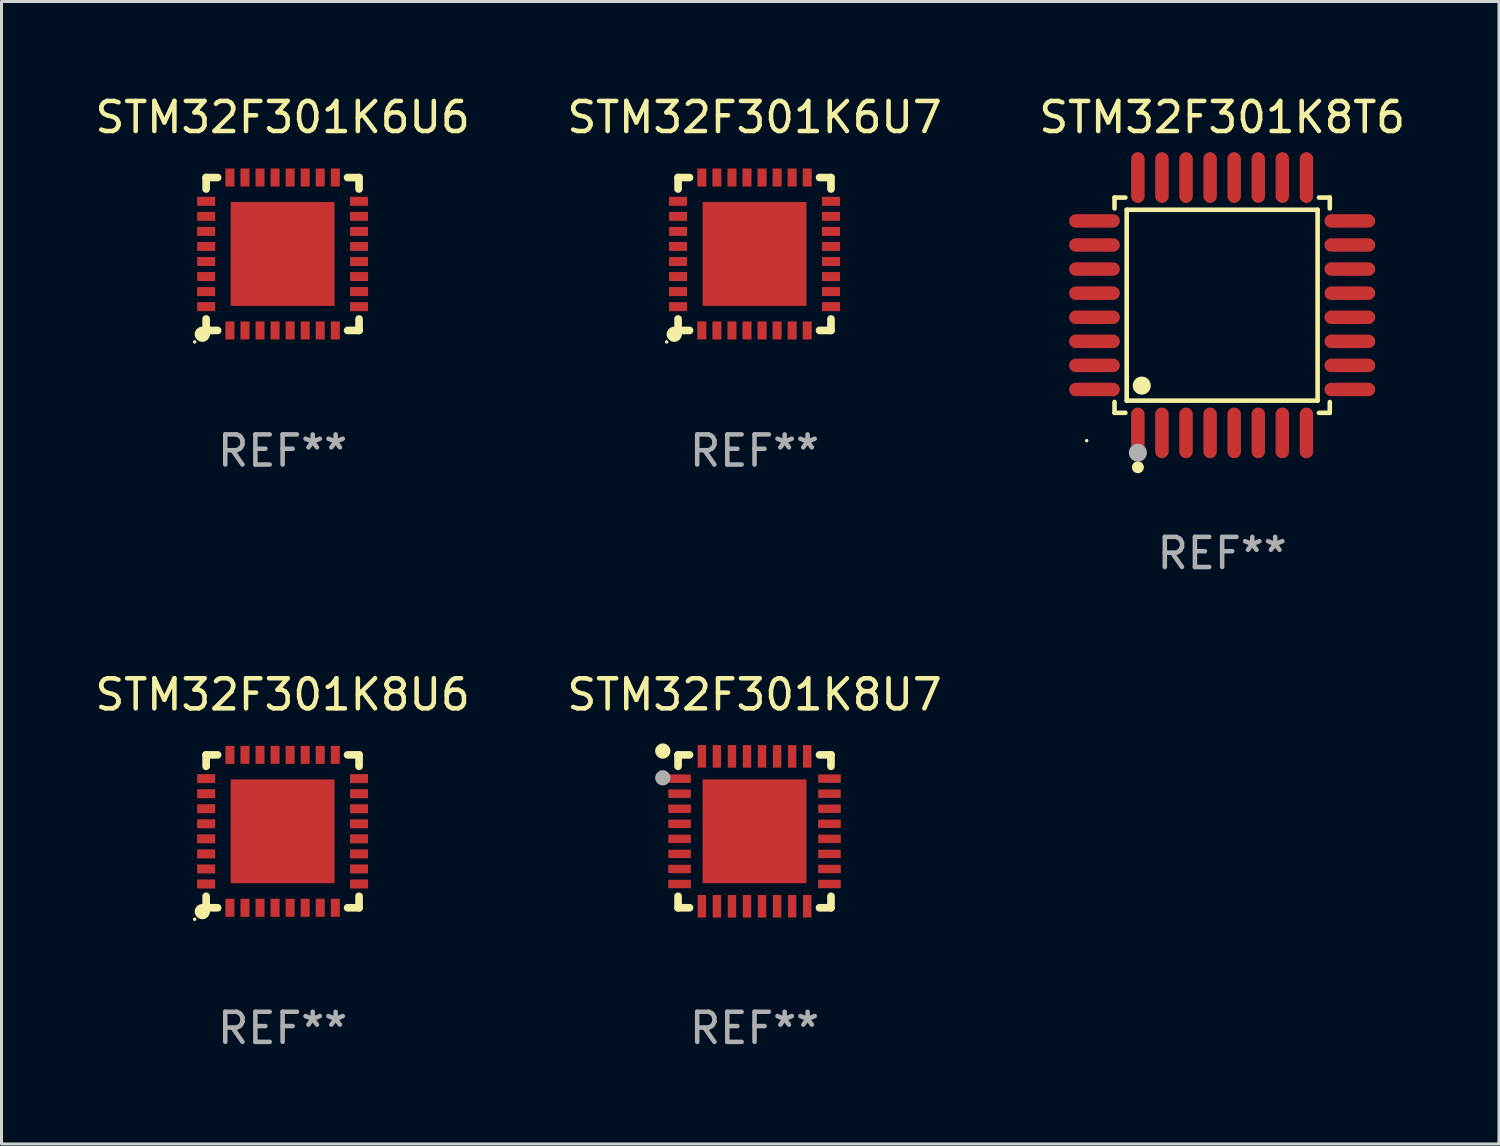
<source format=kicad_pcb>
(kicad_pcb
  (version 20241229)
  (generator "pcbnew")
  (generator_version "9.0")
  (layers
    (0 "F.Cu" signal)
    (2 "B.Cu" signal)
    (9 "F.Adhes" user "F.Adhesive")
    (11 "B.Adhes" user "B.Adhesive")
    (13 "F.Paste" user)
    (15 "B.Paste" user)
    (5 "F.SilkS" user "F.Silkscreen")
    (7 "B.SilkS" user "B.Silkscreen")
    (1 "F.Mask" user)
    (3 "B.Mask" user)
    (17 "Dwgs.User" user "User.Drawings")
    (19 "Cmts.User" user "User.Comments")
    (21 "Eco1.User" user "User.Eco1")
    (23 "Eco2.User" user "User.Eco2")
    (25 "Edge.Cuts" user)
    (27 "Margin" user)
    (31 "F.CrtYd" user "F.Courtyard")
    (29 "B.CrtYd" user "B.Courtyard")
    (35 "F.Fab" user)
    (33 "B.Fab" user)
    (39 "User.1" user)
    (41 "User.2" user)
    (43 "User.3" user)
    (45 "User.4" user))
  (footprint "STM32F301K6U7"
    (layer "F.Cu")
    (at 22.018 5.388)
    (property "Reference" "STM32F301K6U7" (at 0 -4.54 0) (layer "F.SilkS") (effects (font (size 1 1) (thickness 0.15))))
    (attr through_hole)
    (fp_line (start -2.54 -2.54) (end -2.159 -2.54) (stroke (width 0.254) (type solid)) (layer "F.SilkS"))
    (fp_line (start -2.54 -2.159) (end -2.54 -2.54) (stroke (width 0.254) (type solid)) (layer "F.SilkS"))
    (fp_line (start -2.54 2.54) (end -2.54 2.159) (stroke (width 0.254) (type solid)) (layer "F.SilkS"))
    (fp_line (start -2.159 2.54) (end -2.54 2.54) (stroke (width 0.254) (type solid)) (layer "F.SilkS"))
    (fp_line (start 2.159 -2.54) (end 2.54 -2.54) (stroke (width 0.254) (type solid)) (layer "F.SilkS"))
    (fp_line (start 2.54 -2.54) (end 2.54 -2.159) (stroke (width 0.254) (type solid)) (layer "F.SilkS"))
    (fp_line (start 2.54 2.159) (end 2.54 2.54) (stroke (width 0.254) (type solid)) (layer "F.SilkS"))
    (fp_line (start 2.54 2.54) (end 2.159 2.54) (stroke (width 0.254) (type solid)) (layer "F.SilkS"))
    (fp_circle (center -2.921 2.921) (end -2.891 2.921) (stroke (width 0.06) (type solid)) (fill no) (layer "F.SilkS"))
    (fp_circle (center -2.667 2.667) (end -2.54 2.667) (stroke (width 0.254) (type solid)) (fill no) (layer "F.SilkS"))
    (fp_text user "REF**" (at 0 6.54 0) (layer "F.Fab") (effects (font (size 1 1) (thickness 0.15))))
    (pad "1" smd rect (at -1.75 2.54 90) (size 0.6 0.3) (layers "F.Cu" "F.Mask" "F.Paste"))
    (pad "2" smd rect (at -1.25 2.54 90) (size 0.6 0.3) (layers "F.Cu" "F.Mask" "F.Paste"))
    (pad "3" smd rect (at -0.75 2.54 90) (size 0.6 0.3) (layers "F.Cu" "F.Mask" "F.Paste"))
    (pad "4" smd rect (at -0.25 2.54 90) (size 0.6 0.3) (layers "F.Cu" "F.Mask" "F.Paste"))
    (pad "5" smd rect (at 0.25 2.54 90) (size 0.6 0.3) (layers "F.Cu" "F.Mask" "F.Paste"))
    (pad "6" smd rect (at 0.75 2.54 90) (size 0.6 0.3) (layers "F.Cu" "F.Mask" "F.Paste"))
    (pad "7" smd rect (at 1.25 2.54 90) (size 0.6 0.3) (layers "F.Cu" "F.Mask" "F.Paste"))
    (pad "8" smd rect (at 1.75 2.54 90) (size 0.6 0.3) (layers "F.Cu" "F.Mask" "F.Paste"))
    (pad "9" smd rect (at 2.54 1.75 180) (size 0.6 0.3) (layers "F.Cu" "F.Mask" "F.Paste"))
    (pad "10" smd rect (at 2.54 1.25 180) (size 0.6 0.3) (layers "F.Cu" "F.Mask" "F.Paste"))
    (pad "11" smd rect (at 2.54 0.75 180) (size 0.6 0.3) (layers "F.Cu" "F.Mask" "F.Paste"))
    (pad "12" smd rect (at 2.54 0.25 180) (size 0.6 0.3) (layers "F.Cu" "F.Mask" "F.Paste"))
    (pad "13" smd rect (at 2.54 -0.25 180) (size 0.6 0.3) (layers "F.Cu" "F.Mask" "F.Paste"))
    (pad "14" smd rect (at 2.54 -0.75 180) (size 0.6 0.3) (layers "F.Cu" "F.Mask" "F.Paste"))
    (pad "15" smd rect (at 2.54 -1.25 180) (size 0.6 0.3) (layers "F.Cu" "F.Mask" "F.Paste"))
    (pad "16" smd rect (at 2.54 -1.75 180) (size 0.6 0.3) (layers "F.Cu" "F.Mask" "F.Paste"))
    (pad "17" smd rect (at 1.75 -2.54 270) (size 0.6 0.3) (layers "F.Cu" "F.Mask" "F.Paste"))
    (pad "18" smd rect (at 1.25 -2.54 270) (size 0.6 0.3) (layers "F.Cu" "F.Mask" "F.Paste"))
    (pad "19" smd rect (at 0.75 -2.54 270) (size 0.6 0.3) (layers "F.Cu" "F.Mask" "F.Paste"))
    (pad "20" smd rect (at 0.25 -2.54 270) (size 0.6 0.3) (layers "F.Cu" "F.Mask" "F.Paste"))
    (pad "21" smd rect (at -0.25 -2.54 270) (size 0.6 0.3) (layers "F.Cu" "F.Mask" "F.Paste"))
    (pad "22" smd rect (at -0.75 -2.54 270) (size 0.6 0.3) (layers "F.Cu" "F.Mask" "F.Paste"))
    (pad "23" smd rect (at -1.25 -2.54 270) (size 0.6 0.3) (layers "F.Cu" "F.Mask" "F.Paste"))
    (pad "24" smd rect (at -1.75 -2.54 270) (size 0.6 0.3) (layers "F.Cu" "F.Mask" "F.Paste"))
    (pad "25" smd rect (at -2.54 -1.75) (size 0.6 0.3) (layers "F.Cu" "F.Mask" "F.Paste"))
    (pad "26" smd rect (at -2.54 -1.25) (size 0.6 0.3) (layers "F.Cu" "F.Mask" "F.Paste"))
    (pad "27" smd rect (at -2.54 -0.75) (size 0.6 0.3) (layers "F.Cu" "F.Mask" "F.Paste"))
    (pad "28" smd rect (at -2.54 -0.25) (size 0.6 0.3) (layers "F.Cu" "F.Mask" "F.Paste"))
    (pad "29" smd rect (at -2.54 0.25) (size 0.6 0.3) (layers "F.Cu" "F.Mask" "F.Paste"))
    (pad "30" smd rect (at -2.54 0.75) (size 0.6 0.3) (layers "F.Cu" "F.Mask" "F.Paste"))
    (pad "31" smd rect (at -2.54 1.25) (size 0.6 0.3) (layers "F.Cu" "F.Mask" "F.Paste"))
    (pad "32" smd rect (at -2.54 1.75) (size 0.6 0.3) (layers "F.Cu" "F.Mask" "F.Paste"))
    (pad "33" smd rect (at 0 0) (size 3.45 3.45) (layers "F.Cu" "F.Mask" "F.Paste")))
  (footprint "STM32F301K8U7"
    (layer "F.Cu")
    (at 22.018 24.569)
    (property "Reference" "STM32F301K8U7" (at 0 -4.54 0) (layer "F.SilkS") (effects (font (size 1 1) (thickness 0.15))))
    (attr through_hole)
    (fp_line (start -2.54 -2.54) (end -2.159 -2.54) (stroke (width 0.254) (type solid)) (layer "F.SilkS"))
    (fp_line (start -2.54 -2.159) (end -2.54 -2.54) (stroke (width 0.254) (type solid)) (layer "F.SilkS"))
    (fp_line (start -2.54 2.54) (end -2.54 2.159) (stroke (width 0.254) (type solid)) (layer "F.SilkS"))
    (fp_line (start -2.159 2.54) (end -2.54 2.54) (stroke (width 0.254) (type solid)) (layer "F.SilkS"))
    (fp_line (start 2.159 -2.54) (end 2.54 -2.54) (stroke (width 0.254) (type solid)) (layer "F.SilkS"))
    (fp_line (start 2.54 -2.54) (end 2.54 -2.159) (stroke (width 0.254) (type solid)) (layer "F.SilkS"))
    (fp_line (start 2.54 2.159) (end 2.54 2.54) (stroke (width 0.254) (type solid)) (layer "F.SilkS"))
    (fp_line (start 2.54 2.54) (end 2.159 2.54) (stroke (width 0.254) (type solid)) (layer "F.SilkS"))
    (fp_circle (center -3.048 -2.667) (end -2.921 -2.667) (stroke (width 0.254) (type solid)) (fill no) (layer "F.SilkS"))
    (fp_circle (center -2.5 -2.5) (end -2.47 -2.5) (stroke (width 0.06) (type solid)) (fill no) (layer "F.SilkS"))
    (fp_circle (center -3.048 -1.778) (end -2.921 -1.778) (stroke (width 0.254) (type solid)) (fill no) (layer "F.Fab"))
    (fp_text user "REF**" (at 0 6.54 0) (layer "F.Fab") (effects (font (size 1 1) (thickness 0.15))))
    (pad "1" smd rect (at -2.49 -1.75) (size 0.75 0.28) (layers "F.Cu" "F.Mask" "F.Paste"))
    (pad "2" smd rect (at -2.49 -1.25) (size 0.75 0.28) (layers "F.Cu" "F.Mask" "F.Paste"))
    (pad "3" smd rect (at -2.49 -0.75) (size 0.75 0.28) (layers "F.Cu" "F.Mask" "F.Paste"))
    (pad "4" smd rect (at -2.49 -0.25) (size 0.75 0.28) (layers "F.Cu" "F.Mask" "F.Paste"))
    (pad "5" smd rect (at -2.49 0.25) (size 0.75 0.28) (layers "F.Cu" "F.Mask" "F.Paste"))
    (pad "6" smd rect (at -2.49 0.75) (size 0.75 0.28) (layers "F.Cu" "F.Mask" "F.Paste"))
    (pad "7" smd rect (at -2.49 1.25) (size 0.75 0.28) (layers "F.Cu" "F.Mask" "F.Paste"))
    (pad "8" smd rect (at -2.49 1.75) (size 0.75 0.28) (layers "F.Cu" "F.Mask" "F.Paste"))
    (pad "9" smd rect (at -1.75 2.49) (size 0.28 0.75) (layers "F.Cu" "F.Mask" "F.Paste"))
    (pad "10" smd rect (at -1.25 2.49) (size 0.28 0.75) (layers "F.Cu" "F.Mask" "F.Paste"))
    (pad "11" smd rect (at -0.75 2.49) (size 0.28 0.75) (layers "F.Cu" "F.Mask" "F.Paste"))
    (pad "12" smd rect (at -0.25 2.49) (size 0.28 0.75) (layers "F.Cu" "F.Mask" "F.Paste"))
    (pad "13" smd rect (at 0.25 2.49) (size 0.28 0.75) (layers "F.Cu" "F.Mask" "F.Paste"))
    (pad "14" smd rect (at 0.75 2.49) (size 0.28 0.75) (layers "F.Cu" "F.Mask" "F.Paste"))
    (pad "15" smd rect (at 1.25 2.49) (size 0.28 0.75) (layers "F.Cu" "F.Mask" "F.Paste"))
    (pad "16" smd rect (at 1.75 2.49) (size 0.28 0.75) (layers "F.Cu" "F.Mask" "F.Paste"))
    (pad "17" smd rect (at 2.49 1.75) (size 0.75 0.28) (layers "F.Cu" "F.Mask" "F.Paste"))
    (pad "18" smd rect (at 2.49 1.25) (size 0.75 0.28) (layers "F.Cu" "F.Mask" "F.Paste"))
    (pad "19" smd rect (at 2.49 0.75) (size 0.75 0.28) (layers "F.Cu" "F.Mask" "F.Paste"))
    (pad "20" smd rect (at 2.49 0.25) (size 0.75 0.28) (layers "F.Cu" "F.Mask" "F.Paste"))
    (pad "21" smd rect (at 2.49 -0.25) (size 0.75 0.28) (layers "F.Cu" "F.Mask" "F.Paste"))
    (pad "22" smd rect (at 2.49 -0.75) (size 0.75 0.28) (layers "F.Cu" "F.Mask" "F.Paste"))
    (pad "23" smd rect (at 2.49 -1.25) (size 0.75 0.28) (layers "F.Cu" "F.Mask" "F.Paste"))
    (pad "24" smd rect (at 2.49 -1.75) (size 0.75 0.28) (layers "F.Cu" "F.Mask" "F.Paste"))
    (pad "25" smd rect (at 1.75 -2.49) (size 0.28 0.75) (layers "F.Cu" "F.Mask" "F.Paste"))
    (pad "26" smd rect (at 1.25 -2.49) (size 0.28 0.75) (layers "F.Cu" "F.Mask" "F.Paste"))
    (pad "27" smd rect (at 0.75 -2.49) (size 0.28 0.75) (layers "F.Cu" "F.Mask" "F.Paste"))
    (pad "28" smd rect (at 0.25 -2.49) (size 0.28 0.75) (layers "F.Cu" "F.Mask" "F.Paste"))
    (pad "29" smd rect (at -0.25 -2.49) (size 0.28 0.75) (layers "F.Cu" "F.Mask" "F.Paste"))
    (pad "30" smd rect (at -0.75 -2.49) (size 0.28 0.75) (layers "F.Cu" "F.Mask" "F.Paste"))
    (pad "31" smd rect (at -1.25 -2.49) (size 0.28 0.75) (layers "F.Cu" "F.Mask" "F.Paste"))
    (pad "32" smd rect (at -1.75 -2.49) (size 0.28 0.75) (layers "F.Cu" "F.Mask" "F.Paste"))
    (pad "33" smd rect (at 0 0) (size 3.45 3.45) (layers "F.Cu" "F.Mask" "F.Paste")))
  (footprint "STM32F301K8U6"
    (layer "F.Cu")
    (at 6.339 24.569)
    (property "Reference" "STM32F301K8U6" (at 0 -4.54 0) (layer "F.SilkS") (effects (font (size 1 1) (thickness 0.15))))
    (attr through_hole)
    (fp_line (start -2.54 -2.54) (end -2.159 -2.54) (stroke (width 0.254) (type solid)) (layer "F.SilkS"))
    (fp_line (start -2.54 -2.159) (end -2.54 -2.54) (stroke (width 0.254) (type solid)) (layer "F.SilkS"))
    (fp_line (start -2.54 2.54) (end -2.54 2.159) (stroke (width 0.254) (type solid)) (layer "F.SilkS"))
    (fp_line (start -2.159 2.54) (end -2.54 2.54) (stroke (width 0.254) (type solid)) (layer "F.SilkS"))
    (fp_line (start 2.159 -2.54) (end 2.54 -2.54) (stroke (width 0.254) (type solid)) (layer "F.SilkS"))
    (fp_line (start 2.54 -2.54) (end 2.54 -2.159) (stroke (width 0.254) (type solid)) (layer "F.SilkS"))
    (fp_line (start 2.54 2.159) (end 2.54 2.54) (stroke (width 0.254) (type solid)) (layer "F.SilkS"))
    (fp_line (start 2.54 2.54) (end 2.159 2.54) (stroke (width 0.254) (type solid)) (layer "F.SilkS"))
    (fp_circle (center -2.921 2.921) (end -2.891 2.921) (stroke (width 0.06) (type solid)) (fill no) (layer "F.SilkS"))
    (fp_circle (center -2.667 2.667) (end -2.54 2.667) (stroke (width 0.254) (type solid)) (fill no) (layer "F.SilkS"))
    (fp_text user "REF**" (at 0 6.54 0) (layer "F.Fab") (effects (font (size 1 1) (thickness 0.15))))
    (pad "1" smd rect (at -1.75 2.54 90) (size 0.6 0.3) (layers "F.Cu" "F.Mask" "F.Paste"))
    (pad "2" smd rect (at -1.25 2.54 90) (size 0.6 0.3) (layers "F.Cu" "F.Mask" "F.Paste"))
    (pad "3" smd rect (at -0.75 2.54 90) (size 0.6 0.3) (layers "F.Cu" "F.Mask" "F.Paste"))
    (pad "4" smd rect (at -0.25 2.54 90) (size 0.6 0.3) (layers "F.Cu" "F.Mask" "F.Paste"))
    (pad "5" smd rect (at 0.25 2.54 90) (size 0.6 0.3) (layers "F.Cu" "F.Mask" "F.Paste"))
    (pad "6" smd rect (at 0.75 2.54 90) (size 0.6 0.3) (layers "F.Cu" "F.Mask" "F.Paste"))
    (pad "7" smd rect (at 1.25 2.54 90) (size 0.6 0.3) (layers "F.Cu" "F.Mask" "F.Paste"))
    (pad "8" smd rect (at 1.75 2.54 90) (size 0.6 0.3) (layers "F.Cu" "F.Mask" "F.Paste"))
    (pad "9" smd rect (at 2.54 1.75 180) (size 0.6 0.3) (layers "F.Cu" "F.Mask" "F.Paste"))
    (pad "10" smd rect (at 2.54 1.25 180) (size 0.6 0.3) (layers "F.Cu" "F.Mask" "F.Paste"))
    (pad "11" smd rect (at 2.54 0.75 180) (size 0.6 0.3) (layers "F.Cu" "F.Mask" "F.Paste"))
    (pad "12" smd rect (at 2.54 0.25 180) (size 0.6 0.3) (layers "F.Cu" "F.Mask" "F.Paste"))
    (pad "13" smd rect (at 2.54 -0.25 180) (size 0.6 0.3) (layers "F.Cu" "F.Mask" "F.Paste"))
    (pad "14" smd rect (at 2.54 -0.75 180) (size 0.6 0.3) (layers "F.Cu" "F.Mask" "F.Paste"))
    (pad "15" smd rect (at 2.54 -1.25 180) (size 0.6 0.3) (layers "F.Cu" "F.Mask" "F.Paste"))
    (pad "16" smd rect (at 2.54 -1.75 180) (size 0.6 0.3) (layers "F.Cu" "F.Mask" "F.Paste"))
    (pad "17" smd rect (at 1.75 -2.54 270) (size 0.6 0.3) (layers "F.Cu" "F.Mask" "F.Paste"))
    (pad "18" smd rect (at 1.25 -2.54 270) (size 0.6 0.3) (layers "F.Cu" "F.Mask" "F.Paste"))
    (pad "19" smd rect (at 0.75 -2.54 270) (size 0.6 0.3) (layers "F.Cu" "F.Mask" "F.Paste"))
    (pad "20" smd rect (at 0.25 -2.54 270) (size 0.6 0.3) (layers "F.Cu" "F.Mask" "F.Paste"))
    (pad "21" smd rect (at -0.25 -2.54 270) (size 0.6 0.3) (layers "F.Cu" "F.Mask" "F.Paste"))
    (pad "22" smd rect (at -0.75 -2.54 270) (size 0.6 0.3) (layers "F.Cu" "F.Mask" "F.Paste"))
    (pad "23" smd rect (at -1.25 -2.54 270) (size 0.6 0.3) (layers "F.Cu" "F.Mask" "F.Paste"))
    (pad "24" smd rect (at -1.75 -2.54 270) (size 0.6 0.3) (layers "F.Cu" "F.Mask" "F.Paste"))
    (pad "25" smd rect (at -2.54 -1.75) (size 0.6 0.3) (layers "F.Cu" "F.Mask" "F.Paste"))
    (pad "26" smd rect (at -2.54 -1.25) (size 0.6 0.3) (layers "F.Cu" "F.Mask" "F.Paste"))
    (pad "27" smd rect (at -2.54 -0.75) (size 0.6 0.3) (layers "F.Cu" "F.Mask" "F.Paste"))
    (pad "28" smd rect (at -2.54 -0.25) (size 0.6 0.3) (layers "F.Cu" "F.Mask" "F.Paste"))
    (pad "29" smd rect (at -2.54 0.25) (size 0.6 0.3) (layers "F.Cu" "F.Mask" "F.Paste"))
    (pad "30" smd rect (at -2.54 0.75) (size 0.6 0.3) (layers "F.Cu" "F.Mask" "F.Paste"))
    (pad "31" smd rect (at -2.54 1.25) (size 0.6 0.3) (layers "F.Cu" "F.Mask" "F.Paste"))
    (pad "32" smd rect (at -2.54 1.75) (size 0.6 0.3) (layers "F.Cu" "F.Mask" "F.Paste"))
    (pad "33" smd rect (at 0 0) (size 3.45 3.45) (layers "F.Cu" "F.Mask" "F.Paste")))
  (footprint "STM32F301K6U6"
    (layer "F.Cu")
    (at 6.339 5.388)
    (property "Reference" "STM32F301K6U6" (at 0 -4.54 0) (layer "F.SilkS") (effects (font (size 1 1) (thickness 0.15))))
    (attr through_hole)
    (fp_line (start -2.54 -2.54) (end -2.159 -2.54) (stroke (width 0.254) (type solid)) (layer "F.SilkS"))
    (fp_line (start -2.54 -2.159) (end -2.54 -2.54) (stroke (width 0.254) (type solid)) (layer "F.SilkS"))
    (fp_line (start -2.54 2.54) (end -2.54 2.159) (stroke (width 0.254) (type solid)) (layer "F.SilkS"))
    (fp_line (start -2.159 2.54) (end -2.54 2.54) (stroke (width 0.254) (type solid)) (layer "F.SilkS"))
    (fp_line (start 2.159 -2.54) (end 2.54 -2.54) (stroke (width 0.254) (type solid)) (layer "F.SilkS"))
    (fp_line (start 2.54 -2.54) (end 2.54 -2.159) (stroke (width 0.254) (type solid)) (layer "F.SilkS"))
    (fp_line (start 2.54 2.159) (end 2.54 2.54) (stroke (width 0.254) (type solid)) (layer "F.SilkS"))
    (fp_line (start 2.54 2.54) (end 2.159 2.54) (stroke (width 0.254) (type solid)) (layer "F.SilkS"))
    (fp_circle (center -2.921 2.921) (end -2.891 2.921) (stroke (width 0.06) (type solid)) (fill no) (layer "F.SilkS"))
    (fp_circle (center -2.667 2.667) (end -2.54 2.667) (stroke (width 0.254) (type solid)) (fill no) (layer "F.SilkS"))
    (fp_text user "REF**" (at 0 6.54 0) (layer "F.Fab") (effects (font (size 1 1) (thickness 0.15))))
    (pad "1" smd rect (at -1.75 2.54 90) (size 0.6 0.3) (layers "F.Cu" "F.Mask" "F.Paste"))
    (pad "2" smd rect (at -1.25 2.54 90) (size 0.6 0.3) (layers "F.Cu" "F.Mask" "F.Paste"))
    (pad "3" smd rect (at -0.75 2.54 90) (size 0.6 0.3) (layers "F.Cu" "F.Mask" "F.Paste"))
    (pad "4" smd rect (at -0.25 2.54 90) (size 0.6 0.3) (layers "F.Cu" "F.Mask" "F.Paste"))
    (pad "5" smd rect (at 0.25 2.54 90) (size 0.6 0.3) (layers "F.Cu" "F.Mask" "F.Paste"))
    (pad "6" smd rect (at 0.75 2.54 90) (size 0.6 0.3) (layers "F.Cu" "F.Mask" "F.Paste"))
    (pad "7" smd rect (at 1.25 2.54 90) (size 0.6 0.3) (layers "F.Cu" "F.Mask" "F.Paste"))
    (pad "8" smd rect (at 1.75 2.54 90) (size 0.6 0.3) (layers "F.Cu" "F.Mask" "F.Paste"))
    (pad "9" smd rect (at 2.54 1.75 180) (size 0.6 0.3) (layers "F.Cu" "F.Mask" "F.Paste"))
    (pad "10" smd rect (at 2.54 1.25 180) (size 0.6 0.3) (layers "F.Cu" "F.Mask" "F.Paste"))
    (pad "11" smd rect (at 2.54 0.75 180) (size 0.6 0.3) (layers "F.Cu" "F.Mask" "F.Paste"))
    (pad "12" smd rect (at 2.54 0.25 180) (size 0.6 0.3) (layers "F.Cu" "F.Mask" "F.Paste"))
    (pad "13" smd rect (at 2.54 -0.25 180) (size 0.6 0.3) (layers "F.Cu" "F.Mask" "F.Paste"))
    (pad "14" smd rect (at 2.54 -0.75 180) (size 0.6 0.3) (layers "F.Cu" "F.Mask" "F.Paste"))
    (pad "15" smd rect (at 2.54 -1.25 180) (size 0.6 0.3) (layers "F.Cu" "F.Mask" "F.Paste"))
    (pad "16" smd rect (at 2.54 -1.75 180) (size 0.6 0.3) (layers "F.Cu" "F.Mask" "F.Paste"))
    (pad "17" smd rect (at 1.75 -2.54 270) (size 0.6 0.3) (layers "F.Cu" "F.Mask" "F.Paste"))
    (pad "18" smd rect (at 1.25 -2.54 270) (size 0.6 0.3) (layers "F.Cu" "F.Mask" "F.Paste"))
    (pad "19" smd rect (at 0.75 -2.54 270) (size 0.6 0.3) (layers "F.Cu" "F.Mask" "F.Paste"))
    (pad "20" smd rect (at 0.25 -2.54 270) (size 0.6 0.3) (layers "F.Cu" "F.Mask" "F.Paste"))
    (pad "21" smd rect (at -0.25 -2.54 270) (size 0.6 0.3) (layers "F.Cu" "F.Mask" "F.Paste"))
    (pad "22" smd rect (at -0.75 -2.54 270) (size 0.6 0.3) (layers "F.Cu" "F.Mask" "F.Paste"))
    (pad "23" smd rect (at -1.25 -2.54 270) (size 0.6 0.3) (layers "F.Cu" "F.Mask" "F.Paste"))
    (pad "24" smd rect (at -1.75 -2.54 270) (size 0.6 0.3) (layers "F.Cu" "F.Mask" "F.Paste"))
    (pad "25" smd rect (at -2.54 -1.75) (size 0.6 0.3) (layers "F.Cu" "F.Mask" "F.Paste"))
    (pad "26" smd rect (at -2.54 -1.25) (size 0.6 0.3) (layers "F.Cu" "F.Mask" "F.Paste"))
    (pad "27" smd rect (at -2.54 -0.75) (size 0.6 0.3) (layers "F.Cu" "F.Mask" "F.Paste"))
    (pad "28" smd rect (at -2.54 -0.25) (size 0.6 0.3) (layers "F.Cu" "F.Mask" "F.Paste"))
    (pad "29" smd rect (at -2.54 0.25) (size 0.6 0.3) (layers "F.Cu" "F.Mask" "F.Paste"))
    (pad "30" smd rect (at -2.54 0.75) (size 0.6 0.3) (layers "F.Cu" "F.Mask" "F.Paste"))
    (pad "31" smd rect (at -2.54 1.25) (size 0.6 0.3) (layers "F.Cu" "F.Mask" "F.Paste"))
    (pad "32" smd rect (at -2.54 1.75) (size 0.6 0.3) (layers "F.Cu" "F.Mask" "F.Paste"))
    (pad "33" smd rect (at 0 0) (size 3.45 3.45) (layers "F.Cu" "F.Mask" "F.Paste")))
  (footprint "STM32F301K8T6"
    (layer "F.Cu")
    (at 37.554 7.09)
    (property "Reference" "STM32F301K8T6" (at 0 -6.242 0) (layer "F.SilkS") (effects (font (size 1 1) (thickness 0.15))))
    (attr through_hole)
    (fp_line (start -3.576 -3.576) (end -3.215 -3.576) (stroke (width 0.152) (type solid)) (layer "F.SilkS"))
    (fp_line (start -3.576 -3.215) (end -3.576 -3.576) (stroke (width 0.152) (type solid)) (layer "F.SilkS"))
    (fp_line (start -3.576 3.215) (end -3.576 3.576) (stroke (width 0.152) (type solid)) (layer "F.SilkS"))
    (fp_line (start -3.576 3.576) (end -3.215 3.576) (stroke (width 0.152) (type solid)) (layer "F.SilkS"))
    (fp_line (start -3.171 -3.171) (end 3.171 -3.171) (stroke (width 0.152) (type solid)) (layer "F.SilkS"))
    (fp_line (start -3.171 3.171) (end -3.171 -3.171) (stroke (width 0.152) (type solid)) (layer "F.SilkS"))
    (fp_line (start 3.171 -3.171) (end 3.171 3.171) (stroke (width 0.152) (type solid)) (layer "F.SilkS"))
    (fp_line (start 3.171 3.171) (end -3.171 3.171) (stroke (width 0.152) (type solid)) (layer "F.SilkS"))
    (fp_line (start 3.576 -3.576) (end 3.215 -3.576) (stroke (width 0.152) (type solid)) (layer "F.SilkS"))
    (fp_line (start 3.576 -3.215) (end 3.576 -3.576) (stroke (width 0.152) (type solid)) (layer "F.SilkS"))
    (fp_line (start 3.576 3.215) (end 3.576 3.576) (stroke (width 0.152) (type solid)) (layer "F.SilkS"))
    (fp_line (start 3.576 3.576) (end 3.215 3.576) (stroke (width 0.152) (type solid)) (layer "F.SilkS"))
    (fp_circle (center -4.5 4.5) (end -4.47 4.5) (stroke (width 0.06) (type solid)) (fill no) (layer "F.SilkS"))
    (fp_circle (center -2.8 5.384) (end -2.7 5.384) (stroke (width 0.2) (type solid)) (fill no) (layer "F.SilkS"))
    (fp_circle (center -2.671 2.671) (end -2.521 2.671) (stroke (width 0.3) (type solid)) (fill no) (layer "F.SilkS"))
    (fp_circle (center -2.8 4.9) (end -2.65 4.9) (stroke (width 0.3) (type solid)) (fill no) (layer "F.Fab"))
    (fp_text user "REF**" (at 0 8.242 0) (layer "F.Fab") (effects (font (size 1 1) (thickness 0.15))))
    (pad "1" smd oval (at -2.8 4.242) (size 0.448 1.684) (layers "F.Cu" "F.Mask" "F.Paste"))
    (pad "2" smd oval (at -2 4.242) (size 0.448 1.684) (layers "F.Cu" "F.Mask" "F.Paste"))
    (pad "3" smd oval (at -1.2 4.242) (size 0.448 1.684) (layers "F.Cu" "F.Mask" "F.Paste"))
    (pad "4" smd oval (at -0.4 4.242) (size 0.448 1.684) (layers "F.Cu" "F.Mask" "F.Paste"))
    (pad "5" smd oval (at 0.4 4.242) (size 0.448 1.684) (layers "F.Cu" "F.Mask" "F.Paste"))
    (pad "6" smd oval (at 1.2 4.242) (size 0.448 1.684) (layers "F.Cu" "F.Mask" "F.Paste"))
    (pad "7" smd oval (at 2 4.242) (size 0.448 1.684) (layers "F.Cu" "F.Mask" "F.Paste"))
    (pad "8" smd oval (at 2.8 4.242) (size 0.448 1.684) (layers "F.Cu" "F.Mask" "F.Paste"))
    (pad "9" smd oval (at 4.242 2.8) (size 1.684 0.448) (layers "F.Cu" "F.Mask" "F.Paste"))
    (pad "10" smd oval (at 4.242 2) (size 1.684 0.448) (layers "F.Cu" "F.Mask" "F.Paste"))
    (pad "11" smd oval (at 4.242 1.2) (size 1.684 0.448) (layers "F.Cu" "F.Mask" "F.Paste"))
    (pad "12" smd oval (at 4.242 0.4) (size 1.684 0.448) (layers "F.Cu" "F.Mask" "F.Paste"))
    (pad "13" smd oval (at 4.242 -0.4) (size 1.684 0.448) (layers "F.Cu" "F.Mask" "F.Paste"))
    (pad "14" smd oval (at 4.242 -1.2) (size 1.684 0.448) (layers "F.Cu" "F.Mask" "F.Paste"))
    (pad "15" smd oval (at 4.242 -2) (size 1.684 0.448) (layers "F.Cu" "F.Mask" "F.Paste"))
    (pad "16" smd oval (at 4.242 -2.8) (size 1.684 0.448) (layers "F.Cu" "F.Mask" "F.Paste"))
    (pad "17" smd oval (at 2.8 -4.242) (size 0.448 1.684) (layers "F.Cu" "F.Mask" "F.Paste"))
    (pad "18" smd oval (at 2 -4.242) (size 0.448 1.684) (layers "F.Cu" "F.Mask" "F.Paste"))
    (pad "19" smd oval (at 1.2 -4.242) (size 0.448 1.684) (layers "F.Cu" "F.Mask" "F.Paste"))
    (pad "20" smd oval (at 0.4 -4.242) (size 0.448 1.684) (layers "F.Cu" "F.Mask" "F.Paste"))
    (pad "21" smd oval (at -0.4 -4.242) (size 0.448 1.684) (layers "F.Cu" "F.Mask" "F.Paste"))
    (pad "22" smd oval (at -1.2 -4.242) (size 0.448 1.684) (layers "F.Cu" "F.Mask" "F.Paste"))
    (pad "23" smd oval (at -2 -4.242) (size 0.448 1.684) (layers "F.Cu" "F.Mask" "F.Paste"))
    (pad "24" smd oval (at -2.8 -4.242) (size 0.448 1.684) (layers "F.Cu" "F.Mask" "F.Paste"))
    (pad "25" smd oval (at -4.242 -2.8) (size 1.684 0.448) (layers "F.Cu" "F.Mask" "F.Paste"))
    (pad "26" smd oval (at -4.242 -2) (size 1.684 0.448) (layers "F.Cu" "F.Mask" "F.Paste"))
    (pad "27" smd oval (at -4.242 -1.2) (size 1.684 0.448) (layers "F.Cu" "F.Mask" "F.Paste"))
    (pad "28" smd oval (at -4.242 -0.4) (size 1.684 0.448) (layers "F.Cu" "F.Mask" "F.Paste"))
    (pad "29" smd oval (at -4.242 0.4) (size 1.684 0.448) (layers "F.Cu" "F.Mask" "F.Paste"))
    (pad "30" smd oval (at -4.242 1.2) (size 1.684 0.448) (layers "F.Cu" "F.Mask" "F.Paste"))
    (pad "31" smd oval (at -4.242 2) (size 1.684 0.448) (layers "F.Cu" "F.Mask" "F.Paste"))
    (pad "32" smd oval (at -4.242 2.8) (size 1.684 0.448) (layers "F.Cu" "F.Mask" "F.Paste")))
  (gr_rect
    (start -3 -3)
    (end 46.75 34.957)
    (stroke (width 0.1) (type default))
    (fill no)
    (layer "Edge.Cuts")))
</source>
